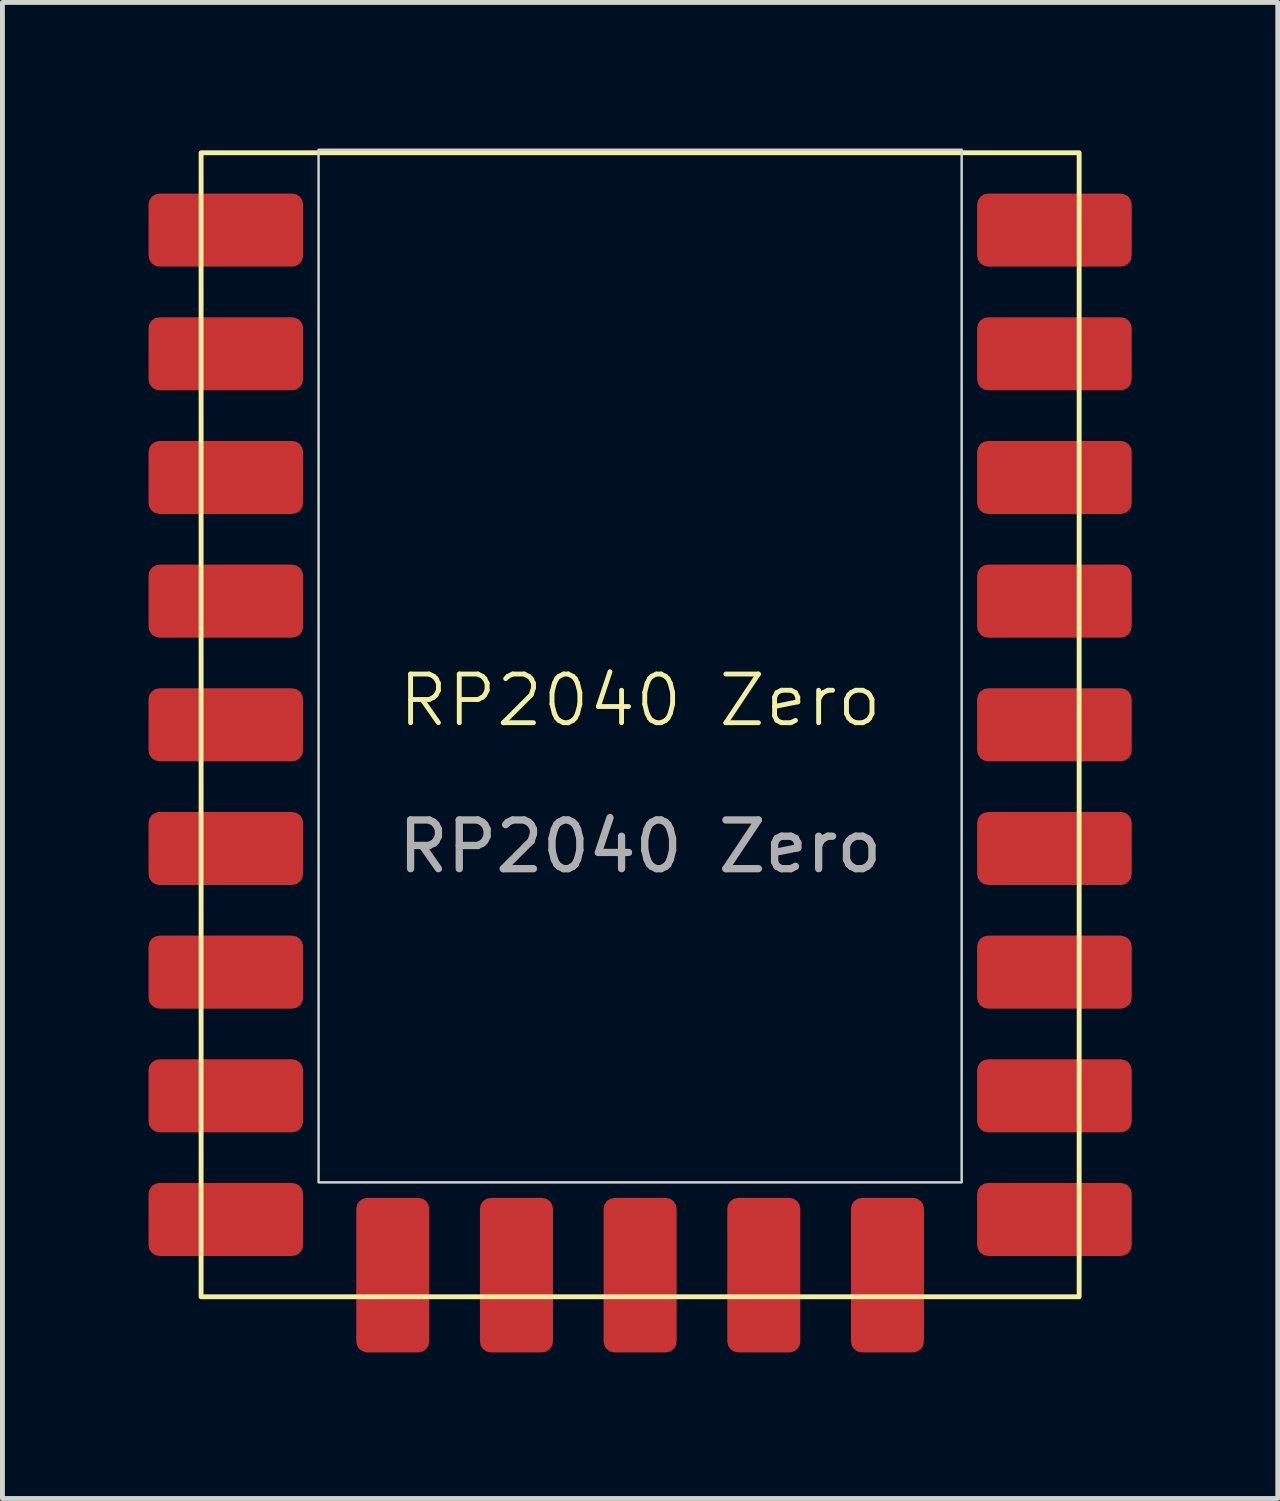
<source format=kicad_pcb>
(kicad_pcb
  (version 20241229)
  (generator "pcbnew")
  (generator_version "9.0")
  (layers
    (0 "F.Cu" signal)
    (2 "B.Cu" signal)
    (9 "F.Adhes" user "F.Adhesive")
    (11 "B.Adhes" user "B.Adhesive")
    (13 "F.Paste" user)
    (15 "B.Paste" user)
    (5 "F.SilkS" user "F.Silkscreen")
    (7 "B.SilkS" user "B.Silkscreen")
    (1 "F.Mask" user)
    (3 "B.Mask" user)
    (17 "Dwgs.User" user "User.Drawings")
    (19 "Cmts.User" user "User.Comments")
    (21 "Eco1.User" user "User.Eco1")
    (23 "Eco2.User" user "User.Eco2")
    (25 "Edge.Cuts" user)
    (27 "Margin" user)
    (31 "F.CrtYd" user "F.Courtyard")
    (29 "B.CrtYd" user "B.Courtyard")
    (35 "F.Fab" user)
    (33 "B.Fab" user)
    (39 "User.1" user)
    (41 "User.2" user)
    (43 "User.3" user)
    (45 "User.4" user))
  (footprint "RP2040 Zero"
    (layer "F.Cu")
    (at 10.097 11.836)
    (property "Reference" "RP2040 Zero" (at 0 -0.5 0) (unlocked yes) (layer "F.SilkS") (effects (font (size 1 1) (thickness 0.1))))
    (attr smd)
    (fp_rect (start -9.017 -11.748) (end 9.017 11.748) (stroke (width 0.1) (type default)) (fill no) (layer "F.SilkS"))
    (fp_rect (start -6.604 -11.811) (end 6.604 9.398) (stroke (width 0.05) (type default)) (fill no) (layer "Edge.Cuts"))
    (fp_text user "${REFERENCE}" (at 0 2.5 0) (unlocked yes) (layer "F.Fab") (effects (font (size 1 1) (thickness 0.15))))
    (pad "1" smd roundrect (at 8.509 -10.16) (size 3.175 1.5) (layers "F.Cu" "F.Mask" "F.Paste") (roundrect_rratio 0.15))
    (pad "2" smd roundrect (at 8.509 -7.62) (size 3.175 1.5) (layers "F.Cu" "F.Mask" "F.Paste") (roundrect_rratio 0.15))
    (pad "3" smd roundrect (at 8.509 -5.08) (size 3.175 1.5) (layers "F.Cu" "F.Mask" "F.Paste") (roundrect_rratio 0.15))
    (pad "4" smd roundrect (at 8.509 -2.54) (size 3.175 1.5) (layers "F.Cu" "F.Mask" "F.Paste") (roundrect_rratio 0.15))
    (pad "5" smd roundrect (at 8.509 0) (size 3.175 1.5) (layers "F.Cu" "F.Mask" "F.Paste") (roundrect_rratio 0.15))
    (pad "6" smd roundrect (at 8.509 2.54) (size 3.175 1.5) (layers "F.Cu" "F.Mask" "F.Paste") (roundrect_rratio 0.15))
    (pad "7" smd roundrect (at 8.509 5.08) (size 3.175 1.5) (layers "F.Cu" "F.Mask" "F.Paste") (roundrect_rratio 0.15))
    (pad "8" smd roundrect (at 8.509 7.62) (size 3.175 1.5) (layers "F.Cu" "F.Mask" "F.Paste") (roundrect_rratio 0.15))
    (pad "9" smd roundrect (at 8.509 10.16) (size 3.175 1.5) (layers "F.Cu" "F.Mask" "F.Paste") (roundrect_rratio 0.15))
    (pad "10" smd roundrect (at 5.08 11.303) (size 1.5 3.175) (layers "F.Cu" "F.Mask" "F.Paste") (roundrect_rratio 0.15))
    (pad "11" smd roundrect (at 2.54 11.303) (size 1.5 3.175) (layers "F.Cu" "F.Mask" "F.Paste") (roundrect_rratio 0.15))
    (pad "12" smd roundrect (at 0 11.303) (size 1.5 3.175) (layers "F.Cu" "F.Mask" "F.Paste") (roundrect_rratio 0.15))
    (pad "13" smd roundrect (at -2.54 11.303) (size 1.5 3.175) (layers "F.Cu" "F.Mask" "F.Paste") (roundrect_rratio 0.15))
    (pad "14" smd roundrect (at -5.08 11.303) (size 1.5 3.175) (layers "F.Cu" "F.Mask" "F.Paste") (roundrect_rratio 0.15))
    (pad "15" smd roundrect (at -8.509 10.16) (size 3.175 1.5) (layers "F.Cu" "F.Mask" "F.Paste") (roundrect_rratio 0.15))
    (pad "16" smd roundrect (at -8.509 7.62) (size 3.175 1.5) (layers "F.Cu" "F.Mask" "F.Paste") (roundrect_rratio 0.15))
    (pad "17" smd roundrect (at -8.509 5.08) (size 3.175 1.5) (layers "F.Cu" "F.Mask" "F.Paste") (roundrect_rratio 0.15))
    (pad "18" smd roundrect (at -8.509 2.54) (size 3.175 1.5) (layers "F.Cu" "F.Mask" "F.Paste") (roundrect_rratio 0.15))
    (pad "19" smd roundrect (at -8.509 0) (size 3.175 1.5) (layers "F.Cu" "F.Mask" "F.Paste") (roundrect_rratio 0.15))
    (pad "20" smd roundrect (at -8.509 -2.54) (size 3.175 1.5) (layers "F.Cu" "F.Mask" "F.Paste") (roundrect_rratio 0.15))
    (pad "21" smd roundrect (at -8.509 -5.08) (size 3.175 1.5) (layers "F.Cu" "F.Mask" "F.Paste") (roundrect_rratio 0.15))
    (pad "22" smd roundrect (at -8.509 -7.62) (size 3.175 1.5) (layers "F.Cu" "F.Mask" "F.Paste") (roundrect_rratio 0.15))
    (pad "23" smd roundrect (at -8.509 -10.16) (size 3.175 1.5) (layers "F.Cu" "F.Mask" "F.Paste") (roundrect_rratio 0.15)))
  (gr_rect
    (start -3 -3)
    (end 23.193 27.727)
    (stroke (width 0.1) (type default))
    (fill no)
    (layer "Edge.Cuts")))
</source>
